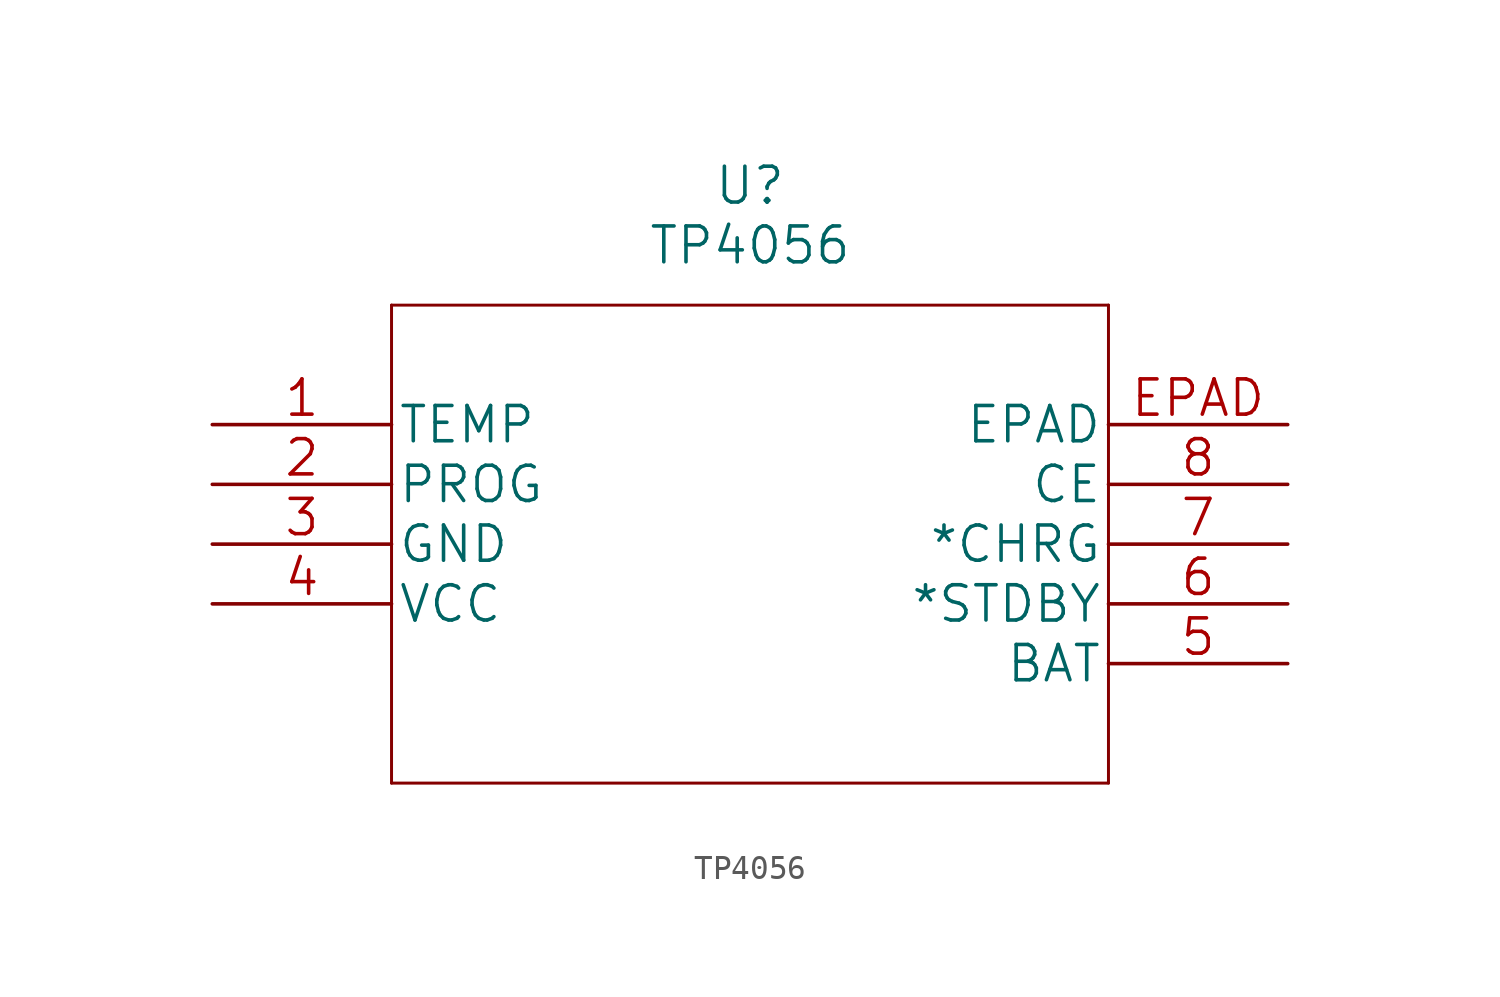
<source format=kicad_sym>
(kicad_symbol_lib
  (version 20211014)
  (generator kicad_symbol_editor)
  (symbol "TP4056"
    (pin_names
      (offset 0.254))
    (property "Reference" "U"
      (at 22.86 10.16 0)
      (effects (font (size 1.524 1.524))))
    (property "Value" "TP4056"
      (at 22.86 7.62 0)
      (effects (font (size 1.524 1.524))))
    (property "Datasheet" ""
      (at 0 0 0)
      (effects (font (size 1.524 1.524))))
    (property "ki_locked" ""
      (at 0 0 0)
      (effects (font (size 1.27 1.27))))
    (symbol "TP4056_1_1"
      (polyline (pts (xy 7.62 -15.24) (xy 38.1 -15.24)) (stroke (width 0.127) (type default) (color 0 0 0 0)) (fill (type none)))
      (polyline (pts (xy 7.62 5.08) (xy 7.62 -15.24)) (stroke (width 0.127) (type default) (color 0 0 0 0)) (fill (type none)))
      (polyline (pts (xy 38.1 -15.24) (xy 38.1 5.08)) (stroke (width 0.127) (type default) (color 0 0 0 0)) (fill (type none)))
      (polyline (pts (xy 38.1 5.08) (xy 7.62 5.08)) (stroke (width 0.127) (type default) (color 0 0 0 0)) (fill (type none)))
      (pin input line (at 0 0 0) (length 7.62) (name "TEMP" (effects (font (size 1.499 1.499)))) (number "1" (effects (font (size 1.499 1.499)))))
      (pin output line (at 0 -2.54 0) (length 7.62) (name "PROG" (effects (font (size 1.499 1.499)))) (number "2" (effects (font (size 1.499 1.499)))))
      (pin power_in line (at 0 -5.08 0) (length 7.62) (name "GND" (effects (font (size 1.499 1.499)))) (number "3" (effects (font (size 1.499 1.499)))))
      (pin power_in line (at 0 -7.62 0) (length 7.62) (name "VCC" (effects (font (size 1.499 1.499)))) (number "4" (effects (font (size 1.499 1.499)))))
      (pin power_in line (at 45.72 -10.16 180) (length 7.62) (name "BAT" (effects (font (size 1.499 1.499)))) (number "5" (effects (font (size 1.499 1.499)))))
      (pin output line (at 45.72 -7.62 180) (length 7.62) (name "*STDBY" (effects (font (size 1.499 1.499)))) (number "6" (effects (font (size 1.499 1.499)))))
      (pin output line (at 45.72 -5.08 180) (length 7.62) (name "*CHRG" (effects (font (size 1.499 1.499)))) (number "7" (effects (font (size 1.499 1.499)))))
      (pin input line (at 45.72 -2.54 180) (length 7.62) (name "CE" (effects (font (size 1.499 1.499)))) (number "8" (effects (font (size 1.499 1.499)))))
      (pin unspecified line (at 45.72 0 180) (length 7.62) (name "EPAD" (effects (font (size 1.499 1.499)))) (number "EPAD" (effects (font (size 1.499 1.499))))))))
</source>
